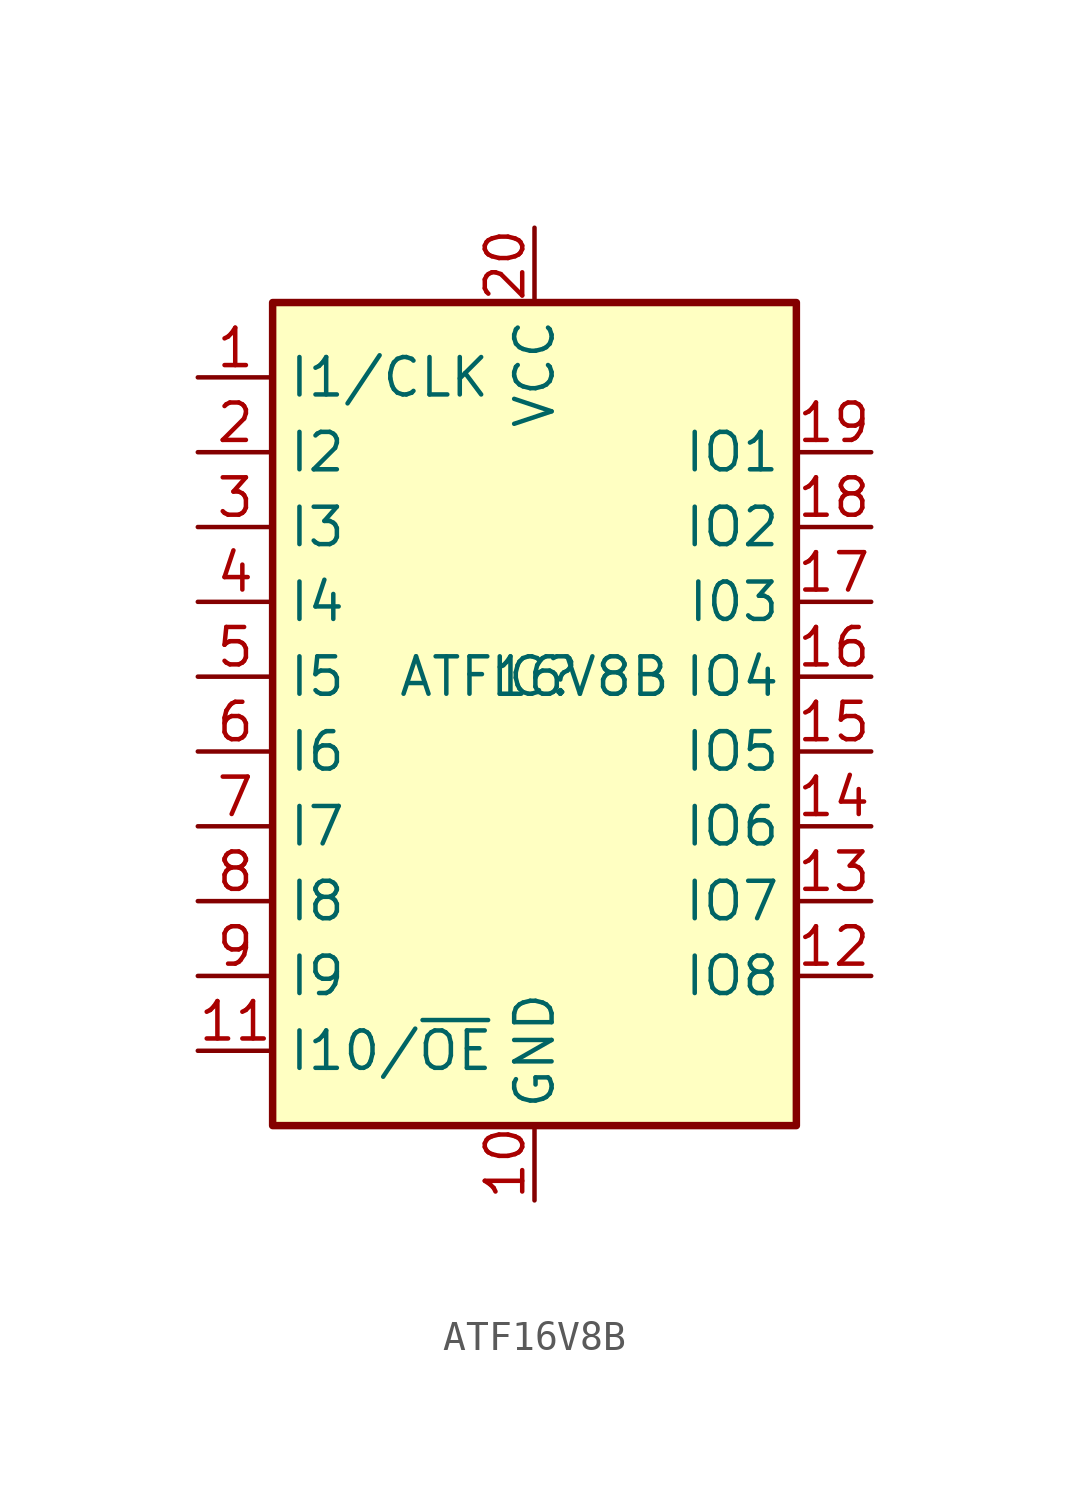
<source format=kicad_sym>
(kicad_symbol_lib
  (version 20241209)
  (generator "kicad_symbol_editor")
  (generator_version "9.0")
  (symbol "ATF16V8B"
    (property "Reference" "IC"
      (at 0 0 0)
      (effects (font (size 1.27 1.27))))
    (property "Value" "ATF16V8B"
      (at 0 0 0)
      (effects (font (size 1.27 1.27))))
    (symbol "ATF16V8B_0_0"
      (pin power_in line (at 0 -17.78 90) (length 2.54) (name "GND" (effects (font (size 1.27 1.27)))) (number "10" (effects (font (size 1.27 1.27))))))
    (symbol "ATF16V8B_0_1"
      (rectangle (start -8.89 12.7) (end 8.89 -15.24) (stroke (width 0.254) (type default)) (fill (type background))))
    (symbol "ATF16V8B_1_0"
      (pin power_in line (at 0 15.24 270) (length 2.54) (name "VCC" (effects (font (size 1.27 1.27)))) (number "20" (effects (font (size 1.27 1.27))))))
    (symbol "ATF16V8B_1_1"
      (pin input line (at -11.43 10.16 0) (length 2.54) (name "I1/CLK" (effects (font (size 1.27 1.27)))) (number "1" (effects (font (size 1.27 1.27)))))
      (pin input line (at -11.43 7.62 0) (length 2.54) (name "I2" (effects (font (size 1.27 1.27)))) (number "2" (effects (font (size 1.27 1.27)))))
      (pin input line (at -11.43 5.08 0) (length 2.54) (name "I3" (effects (font (size 1.27 1.27)))) (number "3" (effects (font (size 1.27 1.27)))))
      (pin input line (at -11.43 2.54 0) (length 2.54) (name "I4" (effects (font (size 1.27 1.27)))) (number "4" (effects (font (size 1.27 1.27)))))
      (pin input line (at -11.43 0 0) (length 2.54) (name "I5" (effects (font (size 1.27 1.27)))) (number "5" (effects (font (size 1.27 1.27)))))
      (pin input line (at -11.43 -2.54 0) (length 2.54) (name "I6" (effects (font (size 1.27 1.27)))) (number "6" (effects (font (size 1.27 1.27)))))
      (pin input line (at -11.43 -5.08 0) (length 2.54) (name "I7" (effects (font (size 1.27 1.27)))) (number "7" (effects (font (size 1.27 1.27)))))
      (pin input line (at -11.43 -7.62 0) (length 2.54) (name "I8" (effects (font (size 1.27 1.27)))) (number "8" (effects (font (size 1.27 1.27)))))
      (pin input line (at -11.43 -10.16 0) (length 2.54) (name "I9" (effects (font (size 1.27 1.27)))) (number "9" (effects (font (size 1.27 1.27)))))
      (pin input line (at -11.43 -12.7 0) (length 2.54) (name "I10/~{OE}" (effects (font (size 1.27 1.27)))) (number "11" (effects (font (size 1.27 1.27)))))
      (pin tri_state line (at 11.43 7.62 180) (length 2.54) (name "IO1" (effects (font (size 1.27 1.27)))) (number "19" (effects (font (size 1.27 1.27)))))
      (pin tri_state line (at 11.43 5.08 180) (length 2.54) (name "IO2" (effects (font (size 1.27 1.27)))) (number "18" (effects (font (size 1.27 1.27)))))
      (pin tri_state line (at 11.43 2.54 180) (length 2.54) (name "I03" (effects (font (size 1.27 1.27)))) (number "17" (effects (font (size 1.27 1.27)))))
      (pin tri_state line (at 11.43 0 180) (length 2.54) (name "IO4" (effects (font (size 1.27 1.27)))) (number "16" (effects (font (size 1.27 1.27)))))
      (pin tri_state line (at 11.43 -2.54 180) (length 2.54) (name "IO5" (effects (font (size 1.27 1.27)))) (number "15" (effects (font (size 1.27 1.27)))))
      (pin tri_state line (at 11.43 -5.08 180) (length 2.54) (name "IO6" (effects (font (size 1.27 1.27)))) (number "14" (effects (font (size 1.27 1.27)))))
      (pin tri_state line (at 11.43 -7.62 180) (length 2.54) (name "IO7" (effects (font (size 1.27 1.27)))) (number "13" (effects (font (size 1.27 1.27)))))
      (pin tri_state line (at 11.43 -10.16 180) (length 2.54) (name "IO8" (effects (font (size 1.27 1.27)))) (number "12" (effects (font (size 1.27 1.27))))))))
</source>
